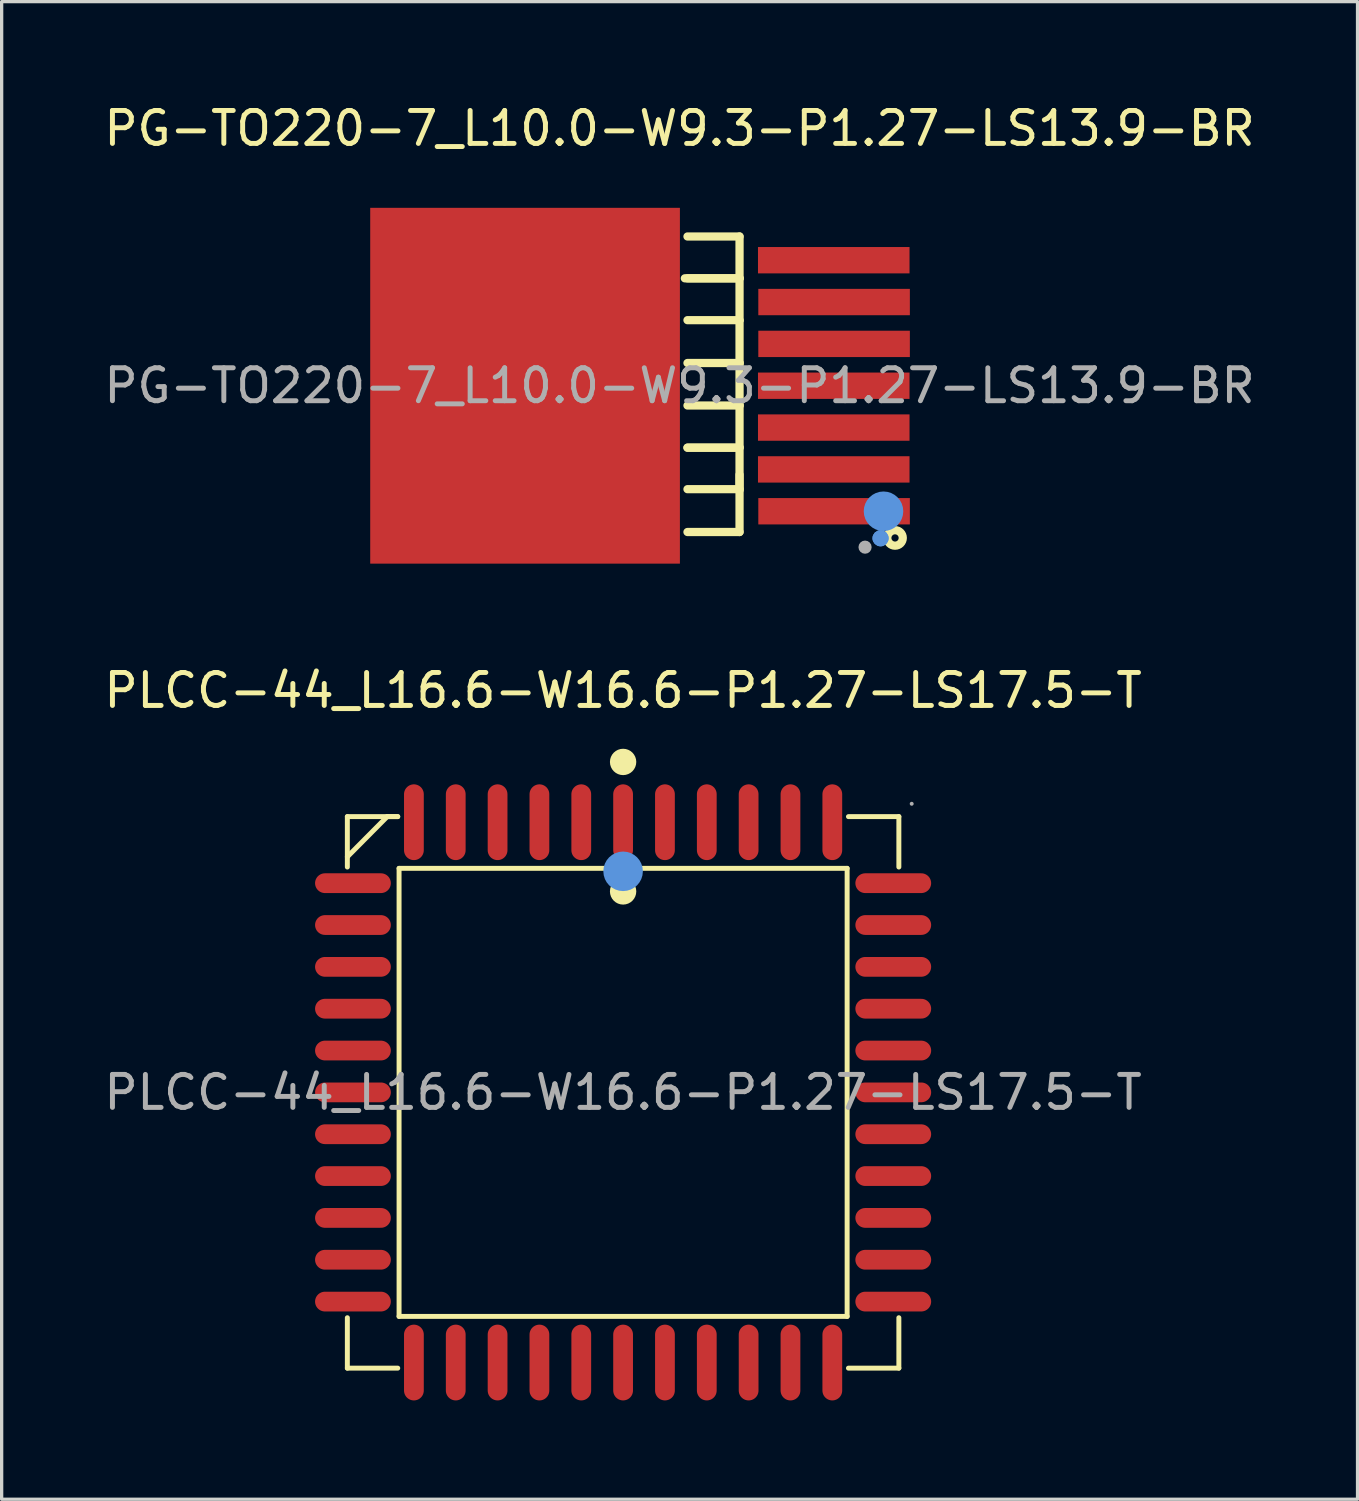
<source format=kicad_pcb>
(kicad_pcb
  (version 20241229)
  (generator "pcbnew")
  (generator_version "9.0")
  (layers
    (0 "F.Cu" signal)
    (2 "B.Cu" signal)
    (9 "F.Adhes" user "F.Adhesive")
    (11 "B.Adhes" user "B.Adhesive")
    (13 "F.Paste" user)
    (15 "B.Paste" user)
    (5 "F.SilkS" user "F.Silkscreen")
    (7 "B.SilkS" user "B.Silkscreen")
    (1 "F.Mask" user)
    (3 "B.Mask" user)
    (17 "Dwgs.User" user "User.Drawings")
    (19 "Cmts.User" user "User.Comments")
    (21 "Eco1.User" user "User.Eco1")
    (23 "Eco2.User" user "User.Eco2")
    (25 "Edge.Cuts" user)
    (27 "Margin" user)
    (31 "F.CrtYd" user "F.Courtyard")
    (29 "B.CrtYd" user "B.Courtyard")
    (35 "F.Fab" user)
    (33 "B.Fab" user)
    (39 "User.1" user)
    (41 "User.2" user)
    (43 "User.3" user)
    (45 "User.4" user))
  (footprint "PLCC-44_L16.6-W16.6-P1.27-LS17.5-T"
    (layer "F.Cu")
    (at 15.863 30.107)
    (property "Reference" "PLCC-44_L16.6-W16.6-P1.27-LS17.5-T" (at 0 -12.2 0) (layer "F.SilkS") (effects (font (size 1 1) (thickness 0.15))))
    (attr through_hole)
    (fp_line (start -8.37 -8.37) (end -8.37 -6.84) (stroke (width 0.15) (type solid)) (layer "F.SilkS"))
    (fp_line (start -8.37 8.37) (end -8.37 6.84) (stroke (width 0.15) (type solid)) (layer "F.SilkS"))
    (fp_line (start -7.16 -8.37) (end -8.37 -7.15) (stroke (width 0.15) (type solid)) (layer "F.SilkS"))
    (fp_line (start -6.84 -8.37) (end -8.37 -8.37) (stroke (width 0.15) (type solid)) (layer "F.SilkS"))
    (fp_line (start -6.84 -8.37) (end -7.16 -8.37) (stroke (width 0.15) (type solid)) (layer "F.SilkS"))
    (fp_line (start -6.84 8.37) (end -8.37 8.37) (stroke (width 0.15) (type solid)) (layer "F.SilkS"))
    (fp_line (start -6.8 -6.8) (end 6.8 -6.8) (stroke (width 0.15) (type solid)) (layer "F.SilkS"))
    (fp_line (start -6.8 6.8) (end -6.8 -6.8) (stroke (width 0.15) (type solid)) (layer "F.SilkS"))
    (fp_line (start 6.8 -6.8) (end 6.8 6.8) (stroke (width 0.15) (type solid)) (layer "F.SilkS"))
    (fp_line (start 6.8 6.8) (end -6.8 6.8) (stroke (width 0.15) (type solid)) (layer "F.SilkS"))
    (fp_line (start 6.84 -8.37) (end 8.37 -8.37) (stroke (width 0.15) (type solid)) (layer "F.SilkS"))
    (fp_line (start 6.84 8.37) (end 8.37 8.37) (stroke (width 0.15) (type solid)) (layer "F.SilkS"))
    (fp_line (start 8.37 -8.37) (end 8.37 -6.84) (stroke (width 0.15) (type solid)) (layer "F.SilkS"))
    (fp_line (start 8.37 8.37) (end 8.37 6.84) (stroke (width 0.15) (type solid)) (layer "F.SilkS"))
    (fp_circle (center 0 -10.03) (end 0.2 -10.03) (stroke (width 0.4) (type solid)) (fill no) (layer "F.SilkS"))
    (fp_circle (center 0 -6.1) (end 0.2 -6.1) (stroke (width 0.4) (type solid)) (fill no) (layer "F.SilkS"))
    (fp_circle (center 0 -6.71) (end 0.3 -6.71) (stroke (width 0.6) (type solid)) (fill no) (layer "Cmts.User"))
    (fp_circle (center 8.76 -8.76) (end 8.79 -8.76) (stroke (width 0.06) (type solid)) (fill no) (layer "F.Fab"))
    (fp_text user "${REFERENCE}" (at 0 0 0) (layer "F.Fab") (effects (font (size 1 1) (thickness 0.15))))
    (pad "1" smd oval (at 0 -8.2) (size 0.6 2.3) (layers "F.Cu" "F.Mask" "F.Paste"))
    (pad "2" smd oval (at -1.27 -8.2) (size 0.6 2.3) (layers "F.Cu" "F.Mask" "F.Paste"))
    (pad "3" smd oval (at -2.54 -8.2) (size 0.6 2.3) (layers "F.Cu" "F.Mask" "F.Paste"))
    (pad "4" smd oval (at -3.81 -8.2) (size 0.6 2.3) (layers "F.Cu" "F.Mask" "F.Paste"))
    (pad "5" smd oval (at -5.08 -8.2) (size 0.6 2.3) (layers "F.Cu" "F.Mask" "F.Paste"))
    (pad "6" smd oval (at -6.35 -8.2) (size 0.6 2.3) (layers "F.Cu" "F.Mask" "F.Paste"))
    (pad "7" smd oval (at -8.2 -6.35) (size 2.3 0.6) (layers "F.Cu" "F.Mask" "F.Paste"))
    (pad "8" smd oval (at -8.2 -5.08) (size 2.3 0.6) (layers "F.Cu" "F.Mask" "F.Paste"))
    (pad "9" smd oval (at -8.2 -3.81) (size 2.3 0.6) (layers "F.Cu" "F.Mask" "F.Paste"))
    (pad "10" smd oval (at -8.2 -2.54) (size 2.3 0.6) (layers "F.Cu" "F.Mask" "F.Paste"))
    (pad "11" smd oval (at -8.2 -1.27) (size 2.3 0.6) (layers "F.Cu" "F.Mask" "F.Paste"))
    (pad "12" smd oval (at -8.2 0) (size 2.3 0.6) (layers "F.Cu" "F.Mask" "F.Paste"))
    (pad "13" smd oval (at -8.2 1.27) (size 2.3 0.6) (layers "F.Cu" "F.Mask" "F.Paste"))
    (pad "14" smd oval (at -8.2 2.54) (size 2.3 0.6) (layers "F.Cu" "F.Mask" "F.Paste"))
    (pad "15" smd oval (at -8.2 3.81) (size 2.3 0.6) (layers "F.Cu" "F.Mask" "F.Paste"))
    (pad "16" smd oval (at -8.2 5.08) (size 2.3 0.6) (layers "F.Cu" "F.Mask" "F.Paste"))
    (pad "17" smd oval (at -8.2 6.35) (size 2.3 0.6) (layers "F.Cu" "F.Mask" "F.Paste"))
    (pad "18" smd oval (at -6.35 8.2) (size 0.6 2.3) (layers "F.Cu" "F.Mask" "F.Paste"))
    (pad "19" smd oval (at -5.08 8.2) (size 0.6 2.3) (layers "F.Cu" "F.Mask" "F.Paste"))
    (pad "20" smd oval (at -3.81 8.2) (size 0.6 2.3) (layers "F.Cu" "F.Mask" "F.Paste"))
    (pad "21" smd oval (at -2.54 8.2) (size 0.6 2.3) (layers "F.Cu" "F.Mask" "F.Paste"))
    (pad "22" smd oval (at -1.27 8.2) (size 0.6 2.3) (layers "F.Cu" "F.Mask" "F.Paste"))
    (pad "23" smd oval (at 0 8.2) (size 0.6 2.3) (layers "F.Cu" "F.Mask" "F.Paste"))
    (pad "24" smd oval (at 1.27 8.2) (size 0.6 2.3) (layers "F.Cu" "F.Mask" "F.Paste"))
    (pad "25" smd oval (at 2.54 8.2) (size 0.6 2.3) (layers "F.Cu" "F.Mask" "F.Paste"))
    (pad "26" smd oval (at 3.81 8.2) (size 0.6 2.3) (layers "F.Cu" "F.Mask" "F.Paste"))
    (pad "27" smd oval (at 5.08 8.2) (size 0.6 2.3) (layers "F.Cu" "F.Mask" "F.Paste"))
    (pad "28" smd oval (at 6.35 8.2) (size 0.6 2.3) (layers "F.Cu" "F.Mask" "F.Paste"))
    (pad "29" smd oval (at 8.2 6.35) (size 2.3 0.6) (layers "F.Cu" "F.Mask" "F.Paste"))
    (pad "30" smd oval (at 8.2 5.08) (size 2.3 0.6) (layers "F.Cu" "F.Mask" "F.Paste"))
    (pad "31" smd oval (at 8.2 3.81) (size 2.3 0.6) (layers "F.Cu" "F.Mask" "F.Paste"))
    (pad "32" smd oval (at 8.2 2.54) (size 2.3 0.6) (layers "F.Cu" "F.Mask" "F.Paste"))
    (pad "33" smd oval (at 8.2 1.27) (size 2.3 0.6) (layers "F.Cu" "F.Mask" "F.Paste"))
    (pad "34" smd oval (at 8.2 0) (size 2.3 0.6) (layers "F.Cu" "F.Mask" "F.Paste"))
    (pad "35" smd oval (at 8.2 -1.27) (size 2.3 0.6) (layers "F.Cu" "F.Mask" "F.Paste"))
    (pad "36" smd oval (at 8.2 -2.54) (size 2.3 0.6) (layers "F.Cu" "F.Mask" "F.Paste"))
    (pad "37" smd oval (at 8.2 -3.81) (size 2.3 0.6) (layers "F.Cu" "F.Mask" "F.Paste"))
    (pad "38" smd oval (at 8.2 -5.08) (size 2.3 0.6) (layers "F.Cu" "F.Mask" "F.Paste"))
    (pad "39" smd oval (at 8.2 -6.35) (size 2.3 0.6) (layers "F.Cu" "F.Mask" "F.Paste"))
    (pad "40" smd oval (at 6.35 -8.2) (size 0.6 2.3) (layers "F.Cu" "F.Mask" "F.Paste"))
    (pad "41" smd oval (at 5.08 -8.2) (size 0.6 2.3) (layers "F.Cu" "F.Mask" "F.Paste"))
    (pad "42" smd oval (at 3.81 -8.2) (size 0.6 2.3) (layers "F.Cu" "F.Mask" "F.Paste"))
    (pad "43" smd oval (at 2.54 -8.2) (size 0.6 2.3) (layers "F.Cu" "F.Mask" "F.Paste"))
    (pad "44" smd oval (at 1.27 -8.2) (size 0.6 2.3) (layers "F.Cu" "F.Mask" "F.Paste")))
  (footprint "PG-TO220-7_L10.0-W9.3-P1.27-LS13.9-BR"
    (layer "F.Cu")
    (at 17.577 8.658)
    (property "Reference" "PG-TO220-7_L10.0-W9.3-P1.27-LS13.9-BR" (at 0 -7.81 0) (layer "F.SilkS") (effects (font (size 1 1) (thickness 0.15))))
    (attr through_hole)
    (fp_line (start 0.16 -3.26) (end 1.82 -3.26) (stroke (width 0.25) (type solid)) (layer "F.SilkS"))
    (fp_line (start 0.24 1.88) (end 1.82 1.88) (stroke (width 0.25) (type solid)) (layer "F.SilkS"))
    (fp_line (start 1.68 1.88) (end 0.24 1.88) (stroke (width 0.25) (type solid)) (layer "F.SilkS"))
    (fp_line (start 1.82 -4.53) (end 0.24 -4.53) (stroke (width 0.25) (type solid)) (layer "F.SilkS"))
    (fp_line (start 1.82 -3.26) (end 0.24 -3.26) (stroke (width 0.25) (type solid)) (layer "F.SilkS"))
    (fp_line (start 1.82 -3.26) (end 1.82 -4.53) (stroke (width 0.25) (type solid)) (layer "F.SilkS"))
    (fp_line (start 1.82 -1.99) (end 0.24 -1.99) (stroke (width 0.25) (type solid)) (layer "F.SilkS"))
    (fp_line (start 1.82 -1.99) (end 1.82 -3.26) (stroke (width 0.25) (type solid)) (layer "F.SilkS"))
    (fp_line (start 1.82 -0.69) (end 0.24 -0.69) (stroke (width 0.25) (type solid)) (layer "F.SilkS"))
    (fp_line (start 1.82 -0.69) (end 1.82 -1.96) (stroke (width 0.25) (type solid)) (layer "F.SilkS"))
    (fp_line (start 1.82 0.6) (end 0.24 0.6) (stroke (width 0.25) (type solid)) (layer "F.SilkS"))
    (fp_line (start 1.82 0.6) (end 1.82 -0.69) (stroke (width 0.25) (type solid)) (layer "F.SilkS"))
    (fp_line (start 1.82 1.87) (end 1.82 0.6) (stroke (width 0.25) (type solid)) (layer "F.SilkS"))
    (fp_line (start 1.82 3.14) (end 0.24 3.14) (stroke (width 0.25) (type solid)) (layer "F.SilkS"))
    (fp_line (start 1.82 3.17) (end 1.82 1.87) (stroke (width 0.25) (type solid)) (layer "F.SilkS"))
    (fp_line (start 1.82 4.44) (end 0.24 4.44) (stroke (width 0.25) (type solid)) (layer "F.SilkS"))
    (fp_line (start 1.82 4.44) (end 1.82 2.7) (stroke (width 0.25) (type solid)) (layer "F.SilkS"))
    (fp_circle (center 6.54 4.62) (end 6.65 4.62) (stroke (width 0.25) (type solid)) (fill no) (layer "F.SilkS"))
    (fp_arc (start 5.980018 4.627906) (mid 6.219996 4.631047) (end 5.98 4.63) (stroke (width 0.25) (type solid)) (layer "Cmts.User"))
    (fp_arc (start 6.219982 4.632094) (mid 5.980004 4.628953) (end 6.22 4.63) (stroke (width 0.25) (type solid)) (layer "Cmts.User"))
    (fp_circle (center 6.19 3.81) (end 6.49 3.81) (stroke (width 0.6) (type solid)) (fill no) (layer "Cmts.User"))
    (fp_circle (center 5.63 4.9) (end 5.73 4.9) (stroke (width 0.2) (type solid)) (fill no) (layer "F.Fab"))
    (fp_text user "${REFERENCE}" (at 0 0 0) (layer "F.Fab") (effects (font (size 1 1) (thickness 0.15))))
    (pad "1" smd rect (at 4.69 3.81 180) (size 4.6 0.8) (layers "F.Cu" "F.Mask" "F.Paste"))
    (pad "2" smd rect (at 4.68 2.54 180) (size 4.6 0.8) (layers "F.Cu" "F.Mask" "F.Paste"))
    (pad "3" smd rect (at 4.68 1.27 180) (size 4.6 0.8) (layers "F.Cu" "F.Mask" "F.Paste"))
    (pad "4" smd rect (at 4.68 0 180) (size 4.6 0.8) (layers "F.Cu" "F.Mask" "F.Paste"))
    (pad "5" smd rect (at 4.69 -1.27 180) (size 4.6 0.8) (layers "F.Cu" "F.Mask" "F.Paste"))
    (pad "6" smd rect (at 4.69 -2.54 180) (size 4.6 0.8) (layers "F.Cu" "F.Mask" "F.Paste"))
    (pad "7" smd rect (at 4.68 -3.81 180) (size 4.6 0.8) (layers "F.Cu" "F.Mask" "F.Paste"))
    (pad "8" smd rect (at -4.69 0 180) (size 9.4 10.8) (layers "F.Cu" "F.Mask" "F.Paste")))
  (gr_rect
    (start -3 -3)
    (end 38.155 42.456)
    (stroke (width 0.1) (type default))
    (fill no)
    (layer "Edge.Cuts")))
</source>
